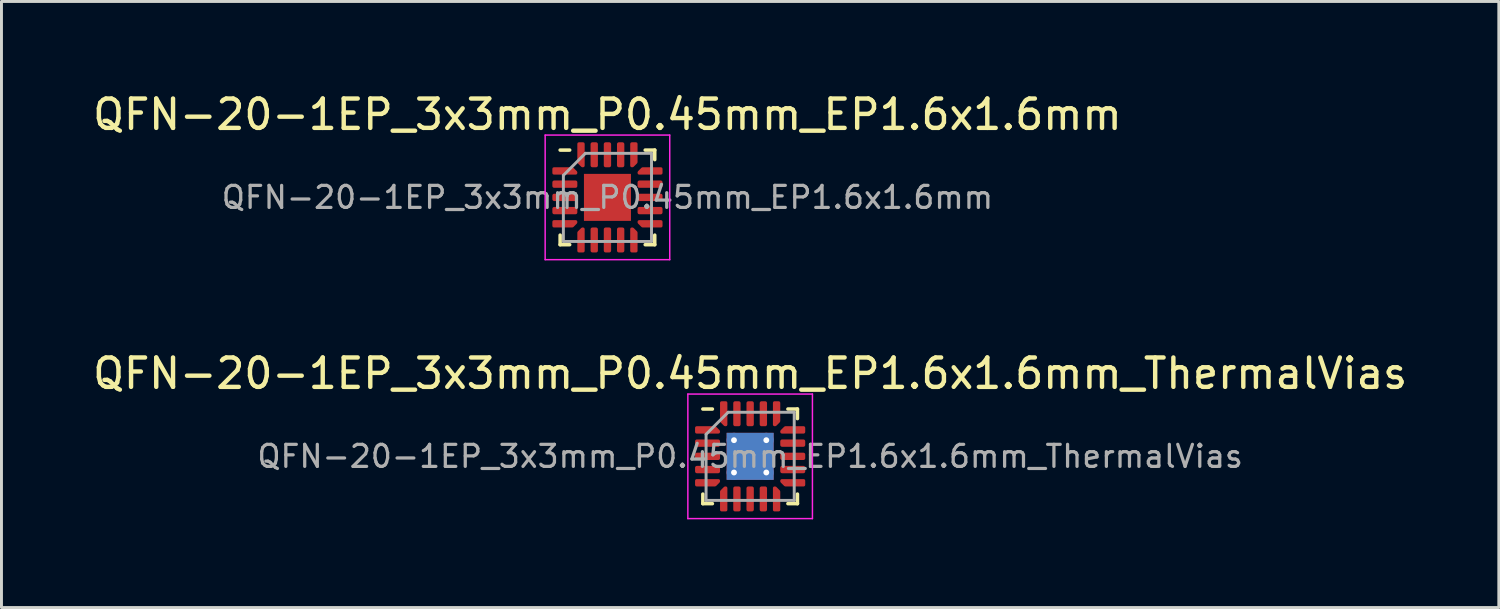
<source format=kicad_pcb>
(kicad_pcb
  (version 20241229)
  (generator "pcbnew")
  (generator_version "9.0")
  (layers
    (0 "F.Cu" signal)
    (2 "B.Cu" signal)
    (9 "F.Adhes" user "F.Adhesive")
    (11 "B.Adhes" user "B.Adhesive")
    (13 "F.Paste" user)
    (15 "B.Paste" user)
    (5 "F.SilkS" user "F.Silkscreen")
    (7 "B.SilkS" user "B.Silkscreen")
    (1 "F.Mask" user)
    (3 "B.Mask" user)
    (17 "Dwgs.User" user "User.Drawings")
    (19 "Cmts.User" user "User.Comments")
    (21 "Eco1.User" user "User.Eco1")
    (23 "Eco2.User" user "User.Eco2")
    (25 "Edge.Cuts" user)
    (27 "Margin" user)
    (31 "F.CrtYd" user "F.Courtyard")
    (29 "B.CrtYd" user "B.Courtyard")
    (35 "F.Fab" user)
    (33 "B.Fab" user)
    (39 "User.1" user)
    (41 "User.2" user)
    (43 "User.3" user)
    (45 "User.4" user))
  (footprint "QFN-20-1EP_3x3mm_P0.45mm_EP1.6x1.6mm"
    (layer "F.Cu")
    (at 17.625 3.668)
    (property "Reference" "QFN-20-1EP_3x3mm_P0.45mm_EP1.6x1.6mm" (at 0 -2.82 0) (layer "F.SilkS") (effects (font (size 1 1) (thickness 0.15))))
    (attr smd)
    (fp_line (start -1.61 1.61) (end -1.61 1.285) (stroke (width 0.12) (type solid)) (layer "F.SilkS"))
    (fp_line (start -1.285 -1.61) (end -1.61 -1.61) (stroke (width 0.12) (type solid)) (layer "F.SilkS"))
    (fp_line (start -1.285 1.61) (end -1.61 1.61) (stroke (width 0.12) (type solid)) (layer "F.SilkS"))
    (fp_line (start 1.285 -1.61) (end 1.61 -1.61) (stroke (width 0.12) (type solid)) (layer "F.SilkS"))
    (fp_line (start 1.285 1.61) (end 1.61 1.61) (stroke (width 0.12) (type solid)) (layer "F.SilkS"))
    (fp_line (start 1.61 -1.61) (end 1.61 -1.285) (stroke (width 0.12) (type solid)) (layer "F.SilkS"))
    (fp_line (start 1.61 1.61) (end 1.61 1.285) (stroke (width 0.12) (type solid)) (layer "F.SilkS"))
    (fp_line (start -2.12 -2.12) (end -2.12 2.12) (stroke (width 0.05) (type solid)) (layer "F.CrtYd"))
    (fp_line (start -2.12 2.12) (end 2.12 2.12) (stroke (width 0.05) (type solid)) (layer "F.CrtYd"))
    (fp_line (start 2.12 -2.12) (end -2.12 -2.12) (stroke (width 0.05) (type solid)) (layer "F.CrtYd"))
    (fp_line (start 2.12 2.12) (end 2.12 -2.12) (stroke (width 0.05) (type solid)) (layer "F.CrtYd"))
    (fp_line (start -1.5 -0.75) (end -0.75 -1.5) (stroke (width 0.1) (type solid)) (layer "F.Fab"))
    (fp_line (start -1.5 1.5) (end -1.5 -0.75) (stroke (width 0.1) (type solid)) (layer "F.Fab"))
    (fp_line (start -0.75 -1.5) (end 1.5 -1.5) (stroke (width 0.1) (type solid)) (layer "F.Fab"))
    (fp_line (start 1.5 -1.5) (end 1.5 1.5) (stroke (width 0.1) (type solid)) (layer "F.Fab"))
    (fp_line (start 1.5 1.5) (end -1.5 1.5) (stroke (width 0.1) (type solid)) (layer "F.Fab"))
    (fp_text user "${REFERENCE}" (at 0 0 0) (layer "F.Fab") (effects (font (size 0.75 0.75) (thickness 0.11))))
    (pad "" smd roundrect (at -0.4 -0.4) (size 0.64 0.64) (layers "F.Paste") (roundrect_rratio 0.25))
    (pad "" smd roundrect (at -0.4 0.4) (size 0.64 0.64) (layers "F.Paste") (roundrect_rratio 0.25))
    (pad "" smd roundrect (at 0.4 -0.4) (size 0.64 0.64) (layers "F.Paste") (roundrect_rratio 0.25))
    (pad "" smd roundrect (at 0.4 0.4) (size 0.64 0.64) (layers "F.Paste") (roundrect_rratio 0.25))
    (pad "1" smd custom (at -1.45 -0.9) (size 0.144 0.144) (layers "F.Cu" "F.Mask" "F.Paste") (options (anchor circle)) (primitives (gr_poly (pts (xy 0.375 0.046) (xy 0.375 0.075) (xy -0.375 0.075) (xy -0.375 -0.075) (xy 0.254 -0.075)) (width 0.1) (fill yes))))
    (pad "2" smd roundrect (at -1.45 -0.45) (size 0.85 0.25) (layers "F.Cu" "F.Mask" "F.Paste") (roundrect_rratio 0.25))
    (pad "3" smd roundrect (at -1.45 0) (size 0.85 0.25) (layers "F.Cu" "F.Mask" "F.Paste") (roundrect_rratio 0.25))
    (pad "4" smd roundrect (at -1.45 0.45) (size 0.85 0.25) (layers "F.Cu" "F.Mask" "F.Paste") (roundrect_rratio 0.25))
    (pad "5" smd custom (at -1.45 0.9) (size 0.144 0.144) (layers "F.Cu" "F.Mask" "F.Paste") (options (anchor circle)) (primitives (gr_poly (pts (xy 0.375 -0.046) (xy 0.254 0.075) (xy -0.375 0.075) (xy -0.375 -0.075) (xy 0.375 -0.075)) (width 0.1) (fill yes))))
    (pad "6" smd custom (at -0.9 1.45) (size 0.144 0.144) (layers "F.Cu" "F.Mask" "F.Paste") (options (anchor circle)) (primitives (gr_poly (pts (xy 0.075 0.375) (xy -0.075 0.375) (xy -0.075 -0.254) (xy 0.046 -0.375) (xy 0.075 -0.375)) (width 0.1) (fill yes))))
    (pad "7" smd roundrect (at -0.45 1.45) (size 0.25 0.85) (layers "F.Cu" "F.Mask" "F.Paste") (roundrect_rratio 0.25))
    (pad "8" smd roundrect (at 0 1.45) (size 0.25 0.85) (layers "F.Cu" "F.Mask" "F.Paste") (roundrect_rratio 0.25))
    (pad "9" smd roundrect (at 0.45 1.45) (size 0.25 0.85) (layers "F.Cu" "F.Mask" "F.Paste") (roundrect_rratio 0.25))
    (pad "10" smd custom (at 0.9 1.45) (size 0.144 0.144) (layers "F.Cu" "F.Mask" "F.Paste") (options (anchor circle)) (primitives (gr_poly (pts (xy 0.075 -0.254) (xy 0.075 0.375) (xy -0.075 0.375) (xy -0.075 -0.375) (xy -0.046 -0.375)) (width 0.1) (fill yes))))
    (pad "11" smd custom (at 1.45 0.9) (size 0.144 0.144) (layers "F.Cu" "F.Mask" "F.Paste") (options (anchor circle)) (primitives (gr_poly (pts (xy 0.375 0.075) (xy -0.254 0.075) (xy -0.375 -0.046) (xy -0.375 -0.075) (xy 0.375 -0.075)) (width 0.1) (fill yes))))
    (pad "12" smd roundrect (at 1.45 0.45) (size 0.85 0.25) (layers "F.Cu" "F.Mask" "F.Paste") (roundrect_rratio 0.25))
    (pad "13" smd roundrect (at 1.45 0) (size 0.85 0.25) (layers "F.Cu" "F.Mask" "F.Paste") (roundrect_rratio 0.25))
    (pad "14" smd roundrect (at 1.45 -0.45) (size 0.85 0.25) (layers "F.Cu" "F.Mask" "F.Paste") (roundrect_rratio 0.25))
    (pad "15" smd custom (at 1.45 -0.9) (size 0.144 0.144) (layers "F.Cu" "F.Mask" "F.Paste") (options (anchor circle)) (primitives (gr_poly (pts (xy 0.375 0.075) (xy -0.375 0.075) (xy -0.375 0.046) (xy -0.254 -0.075) (xy 0.375 -0.075)) (width 0.1) (fill yes))))
    (pad "16" smd custom (at 0.9 -1.45) (size 0.144 0.144) (layers "F.Cu" "F.Mask" "F.Paste") (options (anchor circle)) (primitives (gr_poly (pts (xy 0.075 0.254) (xy -0.046 0.375) (xy -0.075 0.375) (xy -0.075 -0.375) (xy 0.075 -0.375)) (width 0.1) (fill yes))))
    (pad "17" smd roundrect (at 0.45 -1.45) (size 0.25 0.85) (layers "F.Cu" "F.Mask" "F.Paste") (roundrect_rratio 0.25))
    (pad "18" smd roundrect (at 0 -1.45) (size 0.25 0.85) (layers "F.Cu" "F.Mask" "F.Paste") (roundrect_rratio 0.25))
    (pad "19" smd roundrect (at -0.45 -1.45) (size 0.25 0.85) (layers "F.Cu" "F.Mask" "F.Paste") (roundrect_rratio 0.25))
    (pad "20" smd custom (at -0.9 -1.45) (size 0.144 0.144) (layers "F.Cu" "F.Mask" "F.Paste") (options (anchor circle)) (primitives (gr_poly (pts (xy 0.075 0.375) (xy 0.046 0.375) (xy -0.075 0.254) (xy -0.075 -0.375) (xy 0.075 -0.375)) (width 0.1) (fill yes))))
    (pad "21" smd rect (at 0 0) (size 1.6 1.6) (layers "F.Cu" "F.Mask")))
  (footprint "QFN-20-1EP_3x3mm_P0.45mm_EP1.6x1.6mm_ThermalVias"
    (layer "F.Cu")
    (at 22.482 12.482)
    (property "Reference" "QFN-20-1EP_3x3mm_P0.45mm_EP1.6x1.6mm_ThermalVias" (at 0 -2.82 0) (layer "F.SilkS") (effects (font (size 1 1) (thickness 0.15))))
    (attr smd)
    (fp_line (start -1.61 1.61) (end -1.61 1.285) (stroke (width 0.12) (type solid)) (layer "F.SilkS"))
    (fp_line (start -1.285 -1.61) (end -1.61 -1.61) (stroke (width 0.12) (type solid)) (layer "F.SilkS"))
    (fp_line (start -1.285 1.61) (end -1.61 1.61) (stroke (width 0.12) (type solid)) (layer "F.SilkS"))
    (fp_line (start 1.285 -1.61) (end 1.61 -1.61) (stroke (width 0.12) (type solid)) (layer "F.SilkS"))
    (fp_line (start 1.285 1.61) (end 1.61 1.61) (stroke (width 0.12) (type solid)) (layer "F.SilkS"))
    (fp_line (start 1.61 -1.61) (end 1.61 -1.285) (stroke (width 0.12) (type solid)) (layer "F.SilkS"))
    (fp_line (start 1.61 1.61) (end 1.61 1.285) (stroke (width 0.12) (type solid)) (layer "F.SilkS"))
    (fp_line (start -2.12 -2.12) (end -2.12 2.12) (stroke (width 0.05) (type solid)) (layer "F.CrtYd"))
    (fp_line (start -2.12 2.12) (end 2.12 2.12) (stroke (width 0.05) (type solid)) (layer "F.CrtYd"))
    (fp_line (start 2.12 -2.12) (end -2.12 -2.12) (stroke (width 0.05) (type solid)) (layer "F.CrtYd"))
    (fp_line (start 2.12 2.12) (end 2.12 -2.12) (stroke (width 0.05) (type solid)) (layer "F.CrtYd"))
    (fp_line (start -1.5 -0.75) (end -0.75 -1.5) (stroke (width 0.1) (type solid)) (layer "F.Fab"))
    (fp_line (start -1.5 1.5) (end -1.5 -0.75) (stroke (width 0.1) (type solid)) (layer "F.Fab"))
    (fp_line (start -0.75 -1.5) (end 1.5 -1.5) (stroke (width 0.1) (type solid)) (layer "F.Fab"))
    (fp_line (start 1.5 -1.5) (end 1.5 1.5) (stroke (width 0.1) (type solid)) (layer "F.Fab"))
    (fp_line (start 1.5 1.5) (end -1.5 1.5) (stroke (width 0.1) (type solid)) (layer "F.Fab"))
    (fp_text user "${REFERENCE}" (at 0 0 0) (layer "F.Fab") (effects (font (size 0.75 0.75) (thickness 0.11))))
    (pad "" smd roundrect (at -0.4 -0.4) (size 0.69 0.69) (layers "F.Paste") (roundrect_rratio 0.25))
    (pad "" smd roundrect (at -0.4 0.4) (size 0.69 0.69) (layers "F.Paste") (roundrect_rratio 0.25))
    (pad "" smd roundrect (at 0.4 -0.4) (size 0.69 0.69) (layers "F.Paste") (roundrect_rratio 0.25))
    (pad "" smd roundrect (at 0.4 0.4) (size 0.69 0.69) (layers "F.Paste") (roundrect_rratio 0.25))
    (pad "1" smd custom (at -1.45 -0.9) (size 0.144 0.144) (layers "F.Cu" "F.Mask" "F.Paste") (options (anchor circle)) (primitives (gr_poly (pts (xy 0.375 0.046) (xy 0.375 0.075) (xy -0.375 0.075) (xy -0.375 -0.075) (xy 0.254 -0.075)) (width 0.1) (fill yes))))
    (pad "2" smd roundrect (at -1.45 -0.45) (size 0.85 0.25) (layers "F.Cu" "F.Mask" "F.Paste") (roundrect_rratio 0.25))
    (pad "3" smd roundrect (at -1.45 0) (size 0.85 0.25) (layers "F.Cu" "F.Mask" "F.Paste") (roundrect_rratio 0.25))
    (pad "4" smd roundrect (at -1.45 0.45) (size 0.85 0.25) (layers "F.Cu" "F.Mask" "F.Paste") (roundrect_rratio 0.25))
    (pad "5" smd custom (at -1.45 0.9) (size 0.144 0.144) (layers "F.Cu" "F.Mask" "F.Paste") (options (anchor circle)) (primitives (gr_poly (pts (xy 0.375 -0.046) (xy 0.254 0.075) (xy -0.375 0.075) (xy -0.375 -0.075) (xy 0.375 -0.075)) (width 0.1) (fill yes))))
    (pad "6" smd custom (at -0.9 1.45) (size 0.144 0.144) (layers "F.Cu" "F.Mask" "F.Paste") (options (anchor circle)) (primitives (gr_poly (pts (xy 0.075 0.375) (xy -0.075 0.375) (xy -0.075 -0.254) (xy 0.046 -0.375) (xy 0.075 -0.375)) (width 0.1) (fill yes))))
    (pad "7" smd roundrect (at -0.45 1.45) (size 0.25 0.85) (layers "F.Cu" "F.Mask" "F.Paste") (roundrect_rratio 0.25))
    (pad "8" smd roundrect (at 0 1.45) (size 0.25 0.85) (layers "F.Cu" "F.Mask" "F.Paste") (roundrect_rratio 0.25))
    (pad "9" smd roundrect (at 0.45 1.45) (size 0.25 0.85) (layers "F.Cu" "F.Mask" "F.Paste") (roundrect_rratio 0.25))
    (pad "10" smd custom (at 0.9 1.45) (size 0.144 0.144) (layers "F.Cu" "F.Mask" "F.Paste") (options (anchor circle)) (primitives (gr_poly (pts (xy 0.075 -0.254) (xy 0.075 0.375) (xy -0.075 0.375) (xy -0.075 -0.375) (xy -0.046 -0.375)) (width 0.1) (fill yes))))
    (pad "11" smd custom (at 1.45 0.9) (size 0.144 0.144) (layers "F.Cu" "F.Mask" "F.Paste") (options (anchor circle)) (primitives (gr_poly (pts (xy 0.375 0.075) (xy -0.254 0.075) (xy -0.375 -0.046) (xy -0.375 -0.075) (xy 0.375 -0.075)) (width 0.1) (fill yes))))
    (pad "12" smd roundrect (at 1.45 0.45) (size 0.85 0.25) (layers "F.Cu" "F.Mask" "F.Paste") (roundrect_rratio 0.25))
    (pad "13" smd roundrect (at 1.45 0) (size 0.85 0.25) (layers "F.Cu" "F.Mask" "F.Paste") (roundrect_rratio 0.25))
    (pad "14" smd roundrect (at 1.45 -0.45) (size 0.85 0.25) (layers "F.Cu" "F.Mask" "F.Paste") (roundrect_rratio 0.25))
    (pad "15" smd custom (at 1.45 -0.9) (size 0.144 0.144) (layers "F.Cu" "F.Mask" "F.Paste") (options (anchor circle)) (primitives (gr_poly (pts (xy 0.375 0.075) (xy -0.375 0.075) (xy -0.375 0.046) (xy -0.254 -0.075) (xy 0.375 -0.075)) (width 0.1) (fill yes))))
    (pad "16" smd custom (at 0.9 -1.45) (size 0.144 0.144) (layers "F.Cu" "F.Mask" "F.Paste") (options (anchor circle)) (primitives (gr_poly (pts (xy 0.075 0.254) (xy -0.046 0.375) (xy -0.075 0.375) (xy -0.075 -0.375) (xy 0.075 -0.375)) (width 0.1) (fill yes))))
    (pad "17" smd roundrect (at 0.45 -1.45) (size 0.25 0.85) (layers "F.Cu" "F.Mask" "F.Paste") (roundrect_rratio 0.25))
    (pad "18" smd roundrect (at 0 -1.45) (size 0.25 0.85) (layers "F.Cu" "F.Mask" "F.Paste") (roundrect_rratio 0.25))
    (pad "19" smd roundrect (at -0.45 -1.45) (size 0.25 0.85) (layers "F.Cu" "F.Mask" "F.Paste") (roundrect_rratio 0.25))
    (pad "20" smd custom (at -0.9 -1.45) (size 0.144 0.144) (layers "F.Cu" "F.Mask" "F.Paste") (options (anchor circle)) (primitives (gr_poly (pts (xy 0.075 0.375) (xy 0.046 0.375) (xy -0.075 0.254) (xy -0.075 -0.375) (xy 0.075 -0.375)) (width 0.1) (fill yes))))
    (pad "21" thru_hole circle (at -0.55 -0.55) (size 0.5 0.5) (drill 0.2) (layers "*.Cu"))
    (pad "21" thru_hole circle (at -0.55 0.55) (size 0.5 0.5) (drill 0.2) (layers "*.Cu"))
    (pad "21" smd rect (at 0 0) (size 1.6 1.6) (layers "F.Cu" "F.Mask"))
    (pad "21" smd rect (at 0 0) (size 1.6 1.6) (layers "B.Cu"))
    (pad "21" thru_hole circle (at 0.55 -0.55) (size 0.5 0.5) (drill 0.2) (layers "*.Cu"))
    (pad "21" thru_hole circle (at 0.55 0.55) (size 0.5 0.5) (drill 0.2) (layers "*.Cu")))
  (gr_rect
    (start -3 -3)
    (end 47.964 17.627)
    (stroke (width 0.1) (type default))
    (fill no)
    (layer "Edge.Cuts")))
</source>
